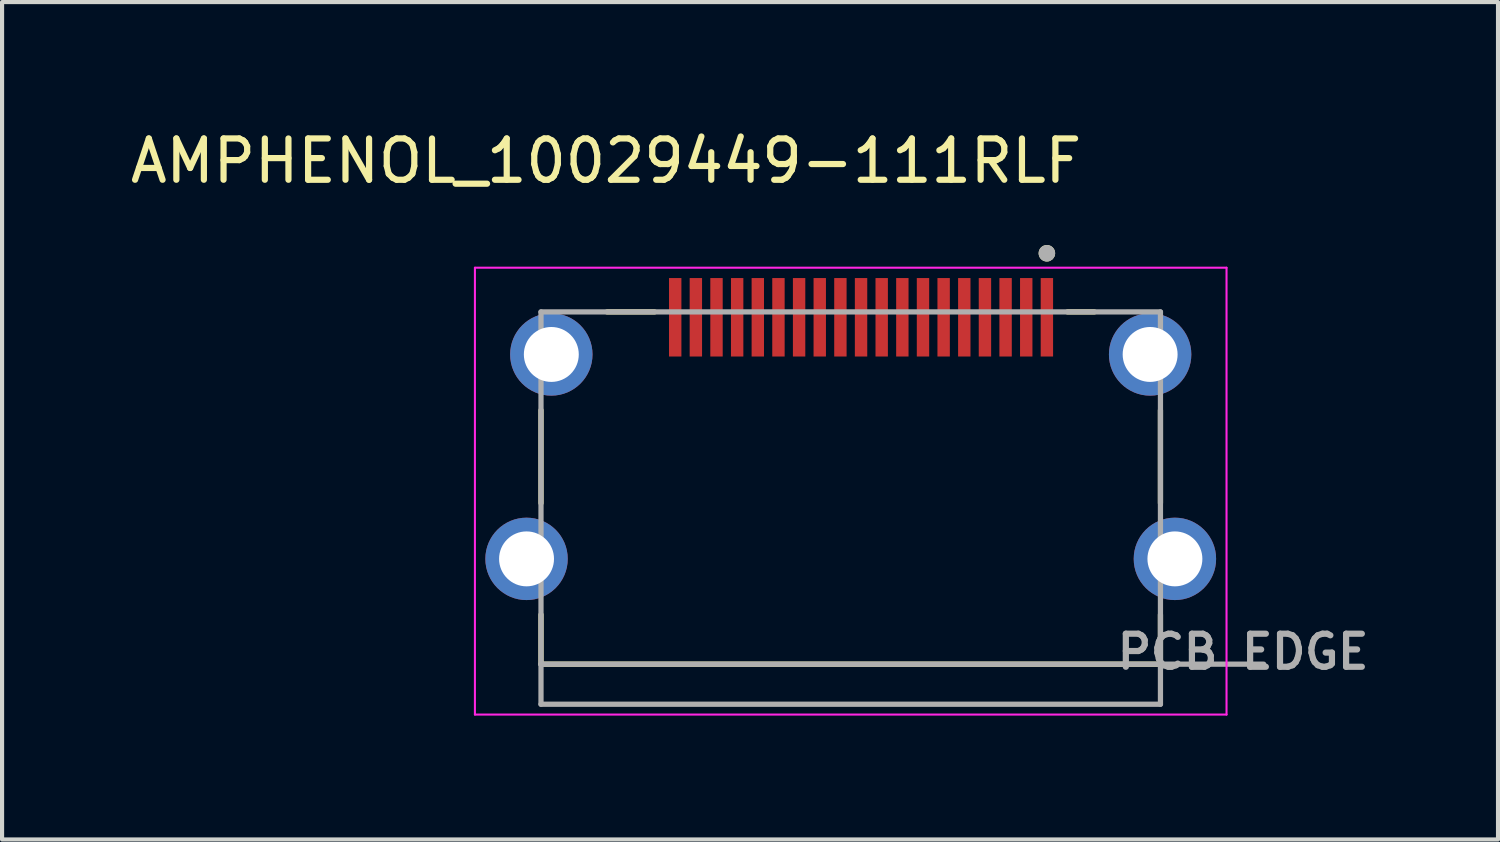
<source format=kicad_pcb>
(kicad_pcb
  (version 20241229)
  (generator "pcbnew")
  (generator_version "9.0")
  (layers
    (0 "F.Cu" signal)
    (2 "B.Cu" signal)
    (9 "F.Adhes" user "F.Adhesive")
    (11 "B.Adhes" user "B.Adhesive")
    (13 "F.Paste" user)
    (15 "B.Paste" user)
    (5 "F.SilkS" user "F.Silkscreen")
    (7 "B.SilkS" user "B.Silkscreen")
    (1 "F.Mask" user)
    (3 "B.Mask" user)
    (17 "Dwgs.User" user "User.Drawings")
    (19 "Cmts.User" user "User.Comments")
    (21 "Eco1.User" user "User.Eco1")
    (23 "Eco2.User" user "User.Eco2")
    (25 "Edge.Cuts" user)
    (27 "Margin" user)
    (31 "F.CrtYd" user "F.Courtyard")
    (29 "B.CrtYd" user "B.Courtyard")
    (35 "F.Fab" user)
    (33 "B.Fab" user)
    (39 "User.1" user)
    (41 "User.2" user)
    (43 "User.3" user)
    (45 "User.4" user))
  (footprint "AMPHENOL_10029449-111RLF"
    (layer "F.Cu")
    (at 17.55 10.483)
    (property "Reference" "AMPHENOL_10029449-111RLF" (at -5.925 -9.635 0) (layer "F.SilkS") (effects (font (size 1 1) (thickness 0.15))))
    (attr smd)
    (fp_poly (pts (xy -4.45 -6.85) (xy -4.05 -6.85) (xy -4.05 -4.85) (xy -4.45 -4.85)) (stroke (width 0.01) (type solid)) (fill yes) (layer "F.Mask"))
    (fp_poly (pts (xy -3.95 -6.85) (xy -3.55 -6.85) (xy -3.55 -4.85) (xy -3.95 -4.85)) (stroke (width 0.01) (type solid)) (fill yes) (layer "F.Mask"))
    (fp_poly (pts (xy -3.45 -6.85) (xy -3.05 -6.85) (xy -3.05 -4.85) (xy -3.45 -4.85)) (stroke (width 0.01) (type solid)) (fill yes) (layer "F.Mask"))
    (fp_poly (pts (xy -2.95 -6.85) (xy -2.55 -6.85) (xy -2.55 -4.85) (xy -2.95 -4.85)) (stroke (width 0.01) (type solid)) (fill yes) (layer "F.Mask"))
    (fp_poly (pts (xy -2.45 -6.85) (xy -2.05 -6.85) (xy -2.05 -4.85) (xy -2.45 -4.85)) (stroke (width 0.01) (type solid)) (fill yes) (layer "F.Mask"))
    (fp_poly (pts (xy -1.95 -6.85) (xy -1.55 -6.85) (xy -1.55 -4.85) (xy -1.95 -4.85)) (stroke (width 0.01) (type solid)) (fill yes) (layer "F.Mask"))
    (fp_poly (pts (xy -1.45 -6.85) (xy -1.05 -6.85) (xy -1.05 -4.85) (xy -1.45 -4.85)) (stroke (width 0.01) (type solid)) (fill yes) (layer "F.Mask"))
    (fp_poly (pts (xy -0.95 -6.85) (xy -0.55 -6.85) (xy -0.55 -4.85) (xy -0.95 -4.85)) (stroke (width 0.01) (type solid)) (fill yes) (layer "F.Mask"))
    (fp_poly (pts (xy -0.45 -6.85) (xy -0.05 -6.85) (xy -0.05 -4.85) (xy -0.45 -4.85)) (stroke (width 0.01) (type solid)) (fill yes) (layer "F.Mask"))
    (fp_poly (pts (xy 0.05 -6.85) (xy 0.45 -6.85) (xy 0.45 -4.85) (xy 0.05 -4.85)) (stroke (width 0.01) (type solid)) (fill yes) (layer "F.Mask"))
    (fp_poly (pts (xy 0.55 -6.85) (xy 0.95 -6.85) (xy 0.95 -4.85) (xy 0.55 -4.85)) (stroke (width 0.01) (type solid)) (fill yes) (layer "F.Mask"))
    (fp_poly (pts (xy 1.05 -6.85) (xy 1.45 -6.85) (xy 1.45 -4.85) (xy 1.05 -4.85)) (stroke (width 0.01) (type solid)) (fill yes) (layer "F.Mask"))
    (fp_poly (pts (xy 1.55 -6.85) (xy 1.95 -6.85) (xy 1.95 -4.85) (xy 1.55 -4.85)) (stroke (width 0.01) (type solid)) (fill yes) (layer "F.Mask"))
    (fp_poly (pts (xy 2.05 -6.85) (xy 2.45 -6.85) (xy 2.45 -4.85) (xy 2.05 -4.85)) (stroke (width 0.01) (type solid)) (fill yes) (layer "F.Mask"))
    (fp_poly (pts (xy 2.55 -6.85) (xy 2.95 -6.85) (xy 2.95 -4.85) (xy 2.55 -4.85)) (stroke (width 0.01) (type solid)) (fill yes) (layer "F.Mask"))
    (fp_poly (pts (xy 3.05 -6.85) (xy 3.45 -6.85) (xy 3.45 -4.85) (xy 3.05 -4.85)) (stroke (width 0.01) (type solid)) (fill yes) (layer "F.Mask"))
    (fp_poly (pts (xy 3.55 -6.85) (xy 3.95 -6.85) (xy 3.95 -4.85) (xy 3.55 -4.85)) (stroke (width 0.01) (type solid)) (fill yes) (layer "F.Mask"))
    (fp_poly (pts (xy 4.05 -6.85) (xy 4.45 -6.85) (xy 4.45 -4.85) (xy 4.05 -4.85)) (stroke (width 0.01) (type solid)) (fill yes) (layer "F.Mask"))
    (fp_poly (pts (xy 4.55 -6.85) (xy 4.95 -6.85) (xy 4.95 -4.85) (xy 4.55 -4.85)) (stroke (width 0.01) (type solid)) (fill yes) (layer "F.Mask"))
    (fp_line (start -7.5 -1.35) (end -7.5 -3.6) (stroke (width 0.127) (type solid)) (layer "F.SilkS"))
    (fp_line (start -7.5 1.35) (end -7.5 2.55) (stroke (width 0.127) (type solid)) (layer "F.SilkS"))
    (fp_line (start -7.5 2.55) (end 7.5 2.55) (stroke (width 0.127) (type solid)) (layer "F.SilkS"))
    (fp_line (start -5.9 -5.98) (end -4.75 -5.98) (stroke (width 0.127) (type solid)) (layer "F.SilkS"))
    (fp_line (start 5.9 -5.98) (end 5.25 -5.98) (stroke (width 0.127) (type solid)) (layer "F.SilkS"))
    (fp_line (start 7.5 -3.6) (end 7.5 -1.35) (stroke (width 0.127) (type solid)) (layer "F.SilkS"))
    (fp_line (start 7.5 2.55) (end 7.5 1.35) (stroke (width 0.127) (type solid)) (layer "F.SilkS"))
    (fp_circle (center 4.75 -7.4) (end 4.85 -7.4) (stroke (width 0.2) (type solid)) (fill no) (layer "F.SilkS"))
    (fp_line (start -9.1 -7.05) (end -9.1 3.77) (stroke (width 0.05) (type solid)) (layer "F.CrtYd"))
    (fp_line (start -9.1 3.77) (end 9.1 3.77) (stroke (width 0.05) (type solid)) (layer "F.CrtYd"))
    (fp_line (start 9.1 -7.05) (end -9.1 -7.05) (stroke (width 0.05) (type solid)) (layer "F.CrtYd"))
    (fp_line (start 9.1 3.77) (end 9.1 -7.05) (stroke (width 0.05) (type solid)) (layer "F.CrtYd"))
    (fp_line (start -7.5 -5.98) (end -7.5 2.55) (stroke (width 0.127) (type solid)) (layer "F.Fab"))
    (fp_line (start -7.5 2.55) (end -7.5 3.52) (stroke (width 0.127) (type solid)) (layer "F.Fab"))
    (fp_line (start -7.5 2.55) (end 10 2.55) (stroke (width 0.127) (type solid)) (layer "F.Fab"))
    (fp_line (start -7.5 3.52) (end 7.5 3.52) (stroke (width 0.127) (type solid)) (layer "F.Fab"))
    (fp_line (start 7.5 -5.98) (end -7.5 -5.98) (stroke (width 0.127) (type solid)) (layer "F.Fab"))
    (fp_line (start 7.5 3.52) (end 7.5 -5.98) (stroke (width 0.127) (type solid)) (layer "F.Fab"))
    (fp_circle (center 4.75 -7.4) (end 4.85 -7.4) (stroke (width 0.2) (type solid)) (fill no) (layer "F.Fab"))
    (fp_text user "PCB EDGE" (at 9.5 2.25 0) (layer "F.Fab") (effects (font (size 0.8 0.8) (thickness 0.15))))
    (pad "1" smd rect (at 4.75 -5.85) (size 0.3 1.9) (layers "F.Cu" "F.Paste"))
    (pad "2" smd rect (at 4.25 -5.85) (size 0.3 1.9) (layers "F.Cu" "F.Paste"))
    (pad "3" smd rect (at 3.75 -5.85) (size 0.3 1.9) (layers "F.Cu" "F.Paste"))
    (pad "4" smd rect (at 3.25 -5.85) (size 0.3 1.9) (layers "F.Cu" "F.Paste"))
    (pad "5" smd rect (at 2.75 -5.85) (size 0.3 1.9) (layers "F.Cu" "F.Paste"))
    (pad "6" smd rect (at 2.25 -5.85) (size 0.3 1.9) (layers "F.Cu" "F.Paste"))
    (pad "7" smd rect (at 1.75 -5.85) (size 0.3 1.9) (layers "F.Cu" "F.Paste"))
    (pad "8" smd rect (at 1.25 -5.85) (size 0.3 1.9) (layers "F.Cu" "F.Paste"))
    (pad "9" smd rect (at 0.75 -5.85) (size 0.3 1.9) (layers "F.Cu" "F.Paste"))
    (pad "10" smd rect (at 0.25 -5.85) (size 0.3 1.9) (layers "F.Cu" "F.Paste"))
    (pad "11" smd rect (at -0.25 -5.85) (size 0.3 1.9) (layers "F.Cu" "F.Paste"))
    (pad "12" smd rect (at -0.75 -5.85) (size 0.3 1.9) (layers "F.Cu" "F.Paste"))
    (pad "13" smd rect (at -1.25 -5.85) (size 0.3 1.9) (layers "F.Cu" "F.Paste"))
    (pad "14" smd rect (at -1.75 -5.85) (size 0.3 1.9) (layers "F.Cu" "F.Paste"))
    (pad "15" smd rect (at -2.25 -5.85) (size 0.3 1.9) (layers "F.Cu" "F.Paste"))
    (pad "16" smd rect (at -2.75 -5.85) (size 0.3 1.9) (layers "F.Cu" "F.Paste"))
    (pad "17" smd rect (at -3.25 -5.85) (size 0.3 1.9) (layers "F.Cu" "F.Paste"))
    (pad "18" smd rect (at -3.75 -5.85) (size 0.3 1.9) (layers "F.Cu" "F.Paste"))
    (pad "19" smd rect (at -4.25 -5.85) (size 0.3 1.9) (layers "F.Cu" "F.Paste"))
    (pad "S1" thru_hole circle (at -7.25 -4.95) (size 1.995 1.995) (drill 1.33) (layers "*.Cu" "*.Mask"))
    (pad "S2" thru_hole circle (at 7.25 -4.95) (size 1.995 1.995) (drill 1.33) (layers "*.Cu" "*.Mask"))
    (pad "S3" thru_hole circle (at -7.85 0) (size 1.995 1.995) (drill 1.33) (layers "*.Cu" "*.Mask"))
    (pad "S4" thru_hole circle (at 7.85 0) (size 1.995 1.995) (drill 1.33) (layers "*.Cu" "*.Mask")))
  (gr_rect
    (start -3 -3)
    (end 33.224 17.278)
    (stroke (width 0.1) (type default))
    (fill no)
    (layer "Edge.Cuts")))
</source>
